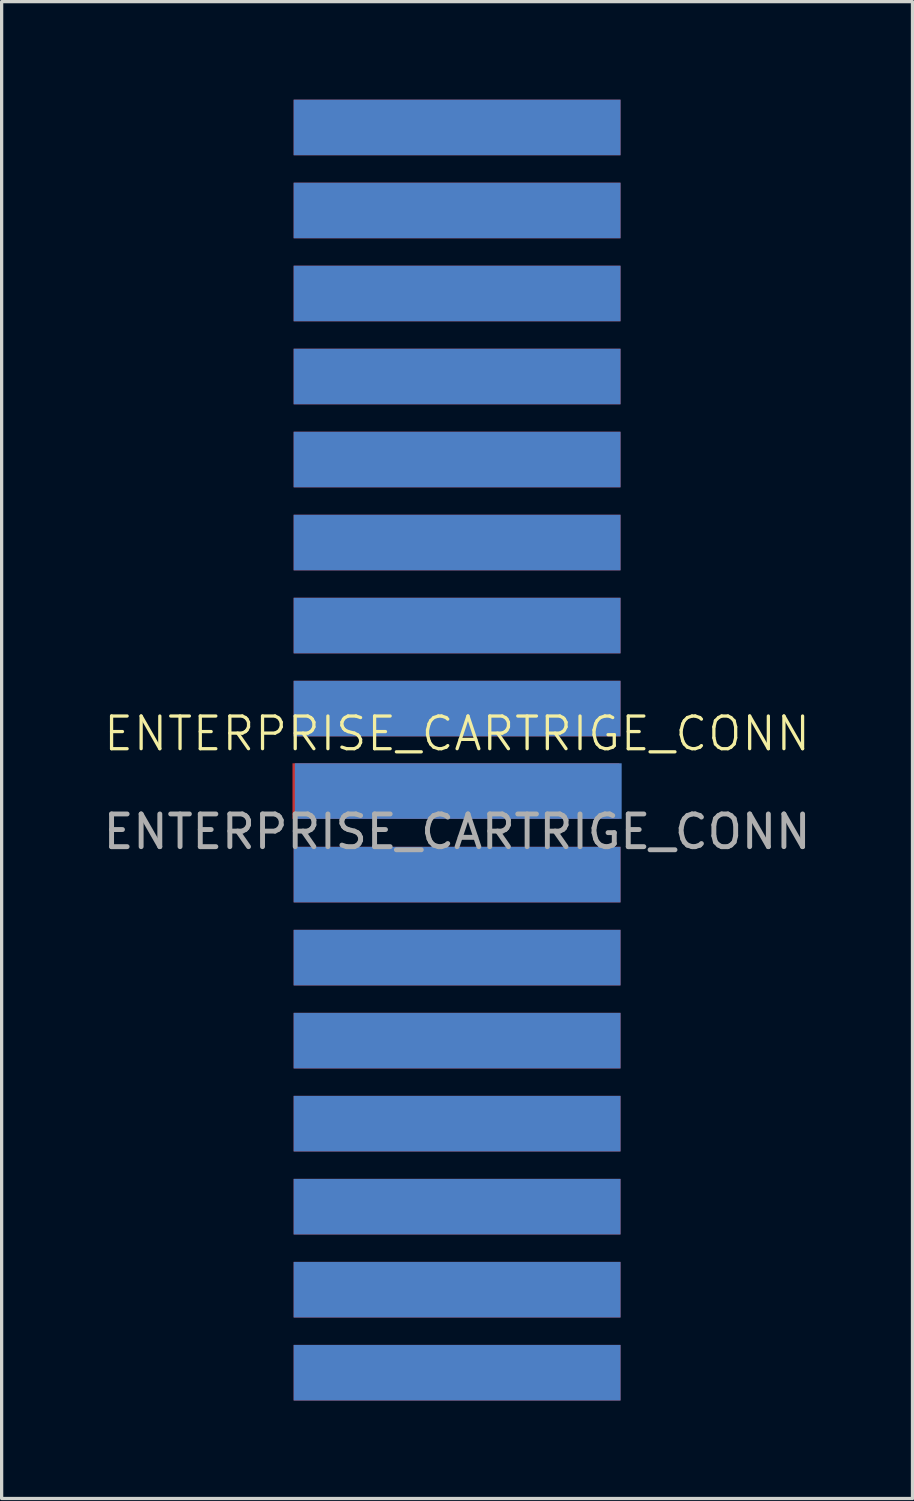
<source format=kicad_pcb>
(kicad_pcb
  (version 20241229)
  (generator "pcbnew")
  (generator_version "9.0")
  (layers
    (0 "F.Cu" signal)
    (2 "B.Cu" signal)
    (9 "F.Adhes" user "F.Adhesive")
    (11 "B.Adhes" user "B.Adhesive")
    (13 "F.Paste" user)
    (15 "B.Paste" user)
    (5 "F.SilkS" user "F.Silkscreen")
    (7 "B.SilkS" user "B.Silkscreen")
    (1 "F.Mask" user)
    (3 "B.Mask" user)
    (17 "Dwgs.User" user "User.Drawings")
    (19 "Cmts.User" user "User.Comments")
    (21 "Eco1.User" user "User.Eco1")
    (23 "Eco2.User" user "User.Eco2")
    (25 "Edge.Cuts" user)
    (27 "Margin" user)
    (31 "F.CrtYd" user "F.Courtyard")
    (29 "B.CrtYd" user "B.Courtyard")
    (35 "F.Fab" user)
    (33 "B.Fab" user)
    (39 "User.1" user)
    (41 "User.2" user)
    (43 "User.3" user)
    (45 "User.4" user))
  (footprint "ENTERPRISE_CARTRIGE_CONN"
    (layer "F.Cu")
    (at 10.935 19.9)
    (property "Reference" "ENTERPRISE_CARTRIGE_CONN" (at 0 -0.5 0) (unlocked yes) (layer "F.SilkS") (effects (font (size 1 1) (thickness 0.1))))
    (fp_text user "${REFERENCE}" (at 0 2.5 0) (unlocked yes) (layer "F.Fab") (effects (font (size 1 1) (thickness 0.15))))
    (pad "a1" connect rect (at 0 -19.05) (size 10 1.7) (layers "F.Cu" "F.Mask"))
    (pad "a2" connect rect (at 0 -16.51) (size 10 1.7) (layers "F.Cu" "F.Mask"))
    (pad "a3" connect rect (at 0 -13.97) (size 10 1.7) (layers "F.Cu" "F.Mask"))
    (pad "a4" connect rect (at 0 -11.43) (size 10 1.7) (layers "F.Cu" "F.Mask"))
    (pad "a5" connect rect (at 0 -8.89) (size 10 1.7) (layers "F.Cu" "F.Mask"))
    (pad "a6" connect rect (at 0 -6.35) (size 10 1.7) (layers "F.Cu" "F.Mask"))
    (pad "a7" connect rect (at 0 -3.81) (size 10 1.7) (layers "F.Cu" "F.Mask"))
    (pad "a8" connect rect (at 0 -1.27) (size 10 1.7) (layers "F.Cu" "F.Mask"))
    (pad "a9" connect rect (at -0.036 1.254) (size 10 1.7) (layers "F.Cu" "F.Mask"))
    (pad "a10" connect rect (at 0 3.81) (size 10 1.7) (layers "F.Cu" "F.Mask"))
    (pad "a11" connect rect (at 0 6.35) (size 10 1.7) (layers "F.Cu" "F.Mask"))
    (pad "a12" connect rect (at 0 8.89) (size 10 1.7) (layers "F.Cu" "F.Mask"))
    (pad "a13" connect rect (at 0 11.43) (size 10 1.7) (layers "F.Cu" "F.Mask"))
    (pad "a14" connect rect (at 0 13.97) (size 10 1.7) (layers "F.Cu" "F.Mask"))
    (pad "a15" connect rect (at 0 16.51) (size 10 1.7) (layers "F.Cu" "F.Mask"))
    (pad "a16" connect rect (at 0 19.05) (size 10 1.7) (layers "F.Cu" "F.Mask"))
    (pad "b1" connect rect (at 0 -19.05) (size 10 1.7) (layers "B.Cu" "B.Mask"))
    (pad "b2" connect rect (at 0 -16.51) (size 10 1.7) (layers "B.Cu" "B.Mask"))
    (pad "b3" connect rect (at 0 -13.97) (size 10 1.7) (layers "B.Cu" "B.Mask"))
    (pad "b4" connect rect (at 0 -11.43) (size 10 1.7) (layers "B.Cu" "B.Mask"))
    (pad "b5" connect rect (at 0 -8.89) (size 10 1.7) (layers "B.Cu" "B.Mask"))
    (pad "b6" connect rect (at 0 -6.35) (size 10 1.7) (layers "B.Cu" "B.Mask"))
    (pad "b7" connect rect (at 0 -3.81) (size 10 1.7) (layers "B.Cu" "B.Mask"))
    (pad "b8" connect rect (at 0 -1.27) (size 10 1.7) (layers "B.Cu" "B.Mask"))
    (pad "b9" connect rect (at 0.036 1.254) (size 10 1.7) (layers "B.Cu" "B.Mask"))
    (pad "b10" connect rect (at 0 3.81) (size 10 1.7) (layers "B.Cu" "B.Mask"))
    (pad "b11" connect rect (at 0 6.35) (size 10 1.7) (layers "B.Cu" "B.Mask"))
    (pad "b12" connect rect (at 0 8.89) (size 10 1.7) (layers "B.Cu" "B.Mask"))
    (pad "b13" connect rect (at 0 11.43) (size 10 1.7) (layers "B.Cu" "B.Mask"))
    (pad "b14" connect rect (at 0 13.97) (size 10 1.7) (layers "B.Cu" "B.Mask"))
    (pad "b15" connect rect (at 0 16.51) (size 10 1.7) (layers "B.Cu" "B.Mask"))
    (pad "b16" connect rect (at 0 19.05) (size 10 1.7) (layers "B.Cu" "B.Mask")))
  (gr_rect
    (start -3 -3)
    (end 24.869 42.8)
    (stroke (width 0.1) (type default))
    (fill no)
    (layer "Edge.Cuts")))
</source>
